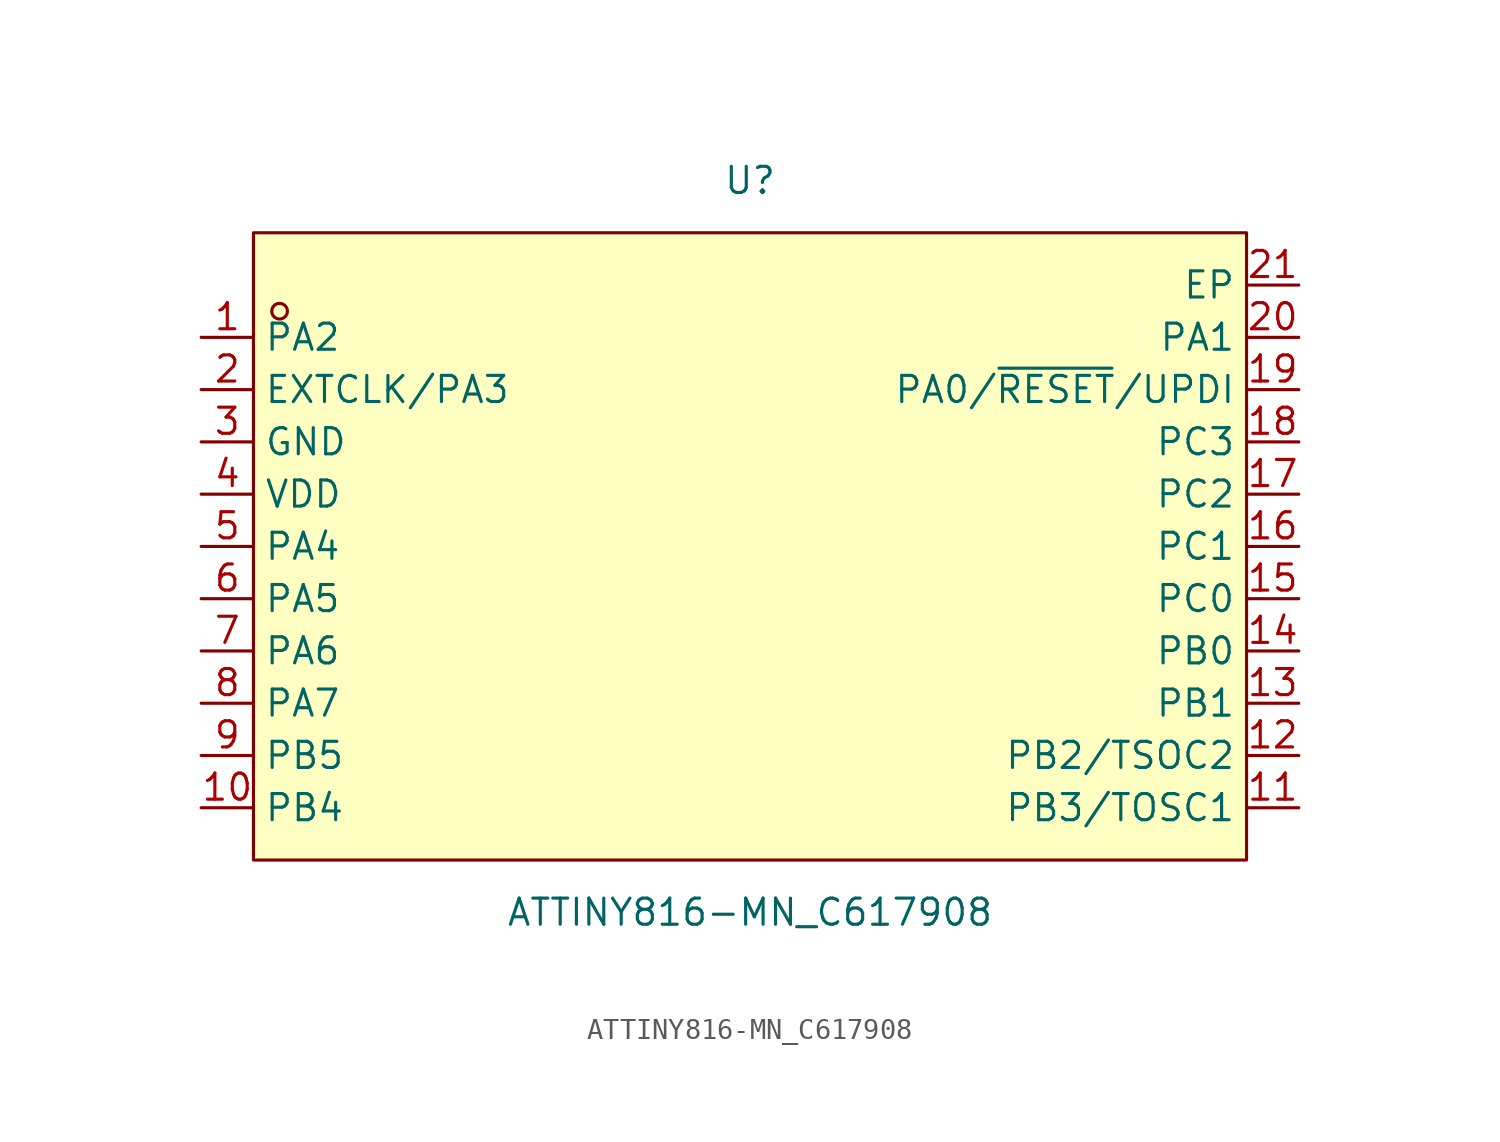
<source format=kicad_sym>
(kicad_symbol_lib
  (version 20211014)
  (generator https://github.com/uPesy/easyeda2kicad.py)
  (symbol "ATTINY816-MN_C617908"
    (property "Reference" "U"
      (at 0 17.78 0)
      (effects (font (size 1.27 1.27))))
    (property "Value" "ATTINY816-MN_C617908"
      (at 0 -17.78 0)
      (effects (font (size 1.27 1.27))))
    (symbol "ATTINY816-MN_C617908_0_1"
      (rectangle (start -24.13 15.24) (end 24.13 -15.24) (stroke (width 0) (type default) (color 0 0 0 0)) (fill (type background)))
      (circle (center -22.86 11.43) (radius 0.38) (stroke (width 0) (type default) (color 0 0 0 0)) (fill (type none)))
      (pin unspecified line (at -26.67 10.16 0) (length 2.54) (name "PA2" (effects (font (size 1.27 1.27)))) (number "1" (effects (font (size 1.27 1.27)))))
      (pin unspecified line (at -26.67 7.62 0) (length 2.54) (name "EXTCLK/PA3" (effects (font (size 1.27 1.27)))) (number "2" (effects (font (size 1.27 1.27)))))
      (pin unspecified line (at -26.67 5.08 0) (length 2.54) (name "GND" (effects (font (size 1.27 1.27)))) (number "3" (effects (font (size 1.27 1.27)))))
      (pin unspecified line (at -26.67 2.54 0) (length 2.54) (name "VDD" (effects (font (size 1.27 1.27)))) (number "4" (effects (font (size 1.27 1.27)))))
      (pin unspecified line (at -26.67 -0.00 0) (length 2.54) (name "PA4" (effects (font (size 1.27 1.27)))) (number "5" (effects (font (size 1.27 1.27)))))
      (pin unspecified line (at -26.67 -2.54 0) (length 2.54) (name "PA5" (effects (font (size 1.27 1.27)))) (number "6" (effects (font (size 1.27 1.27)))))
      (pin unspecified line (at -26.67 -5.08 0) (length 2.54) (name "PA6" (effects (font (size 1.27 1.27)))) (number "7" (effects (font (size 1.27 1.27)))))
      (pin unspecified line (at -26.67 -7.62 0) (length 2.54) (name "PA7" (effects (font (size 1.27 1.27)))) (number "8" (effects (font (size 1.27 1.27)))))
      (pin unspecified line (at -26.67 -10.16 0) (length 2.54) (name "PB5" (effects (font (size 1.27 1.27)))) (number "9" (effects (font (size 1.27 1.27)))))
      (pin unspecified line (at -26.67 -12.70 0) (length 2.54) (name "PB4" (effects (font (size 1.27 1.27)))) (number "10" (effects (font (size 1.27 1.27)))))
      (pin unspecified line (at 26.67 -12.70 180) (length 2.54) (name "PB3/TOSC1" (effects (font (size 1.27 1.27)))) (number "11" (effects (font (size 1.27 1.27)))))
      (pin unspecified line (at 26.67 -10.16 180) (length 2.54) (name "PB2/TSOC2" (effects (font (size 1.27 1.27)))) (number "12" (effects (font (size 1.27 1.27)))))
      (pin unspecified line (at 26.67 -7.62 180) (length 2.54) (name "PB1" (effects (font (size 1.27 1.27)))) (number "13" (effects (font (size 1.27 1.27)))))
      (pin unspecified line (at 26.67 -5.08 180) (length 2.54) (name "PB0" (effects (font (size 1.27 1.27)))) (number "14" (effects (font (size 1.27 1.27)))))
      (pin unspecified line (at 26.67 -2.54 180) (length 2.54) (name "PC0" (effects (font (size 1.27 1.27)))) (number "15" (effects (font (size 1.27 1.27)))))
      (pin unspecified line (at 26.67 -0.00 180) (length 2.54) (name "PC1" (effects (font (size 1.27 1.27)))) (number "16" (effects (font (size 1.27 1.27)))))
      (pin unspecified line (at 26.67 2.54 180) (length 2.54) (name "PC2" (effects (font (size 1.27 1.27)))) (number "17" (effects (font (size 1.27 1.27)))))
      (pin unspecified line (at 26.67 5.08 180) (length 2.54) (name "PC3" (effects (font (size 1.27 1.27)))) (number "18" (effects (font (size 1.27 1.27)))))
      (pin unspecified line (at 26.67 7.62 180) (length 2.54) (name "PA0/~{RESET}/UPDI" (effects (font (size 1.27 1.27)))) (number "19" (effects (font (size 1.27 1.27)))))
      (pin unspecified line (at 26.67 10.16 180) (length 2.54) (name "PA1" (effects (font (size 1.27 1.27)))) (number "20" (effects (font (size 1.27 1.27)))))
      (pin unspecified line (at 26.67 12.70 180) (length 2.54) (name "EP" (effects (font (size 1.27 1.27)))) (number "21" (effects (font (size 1.27 1.27))))))))
</source>
